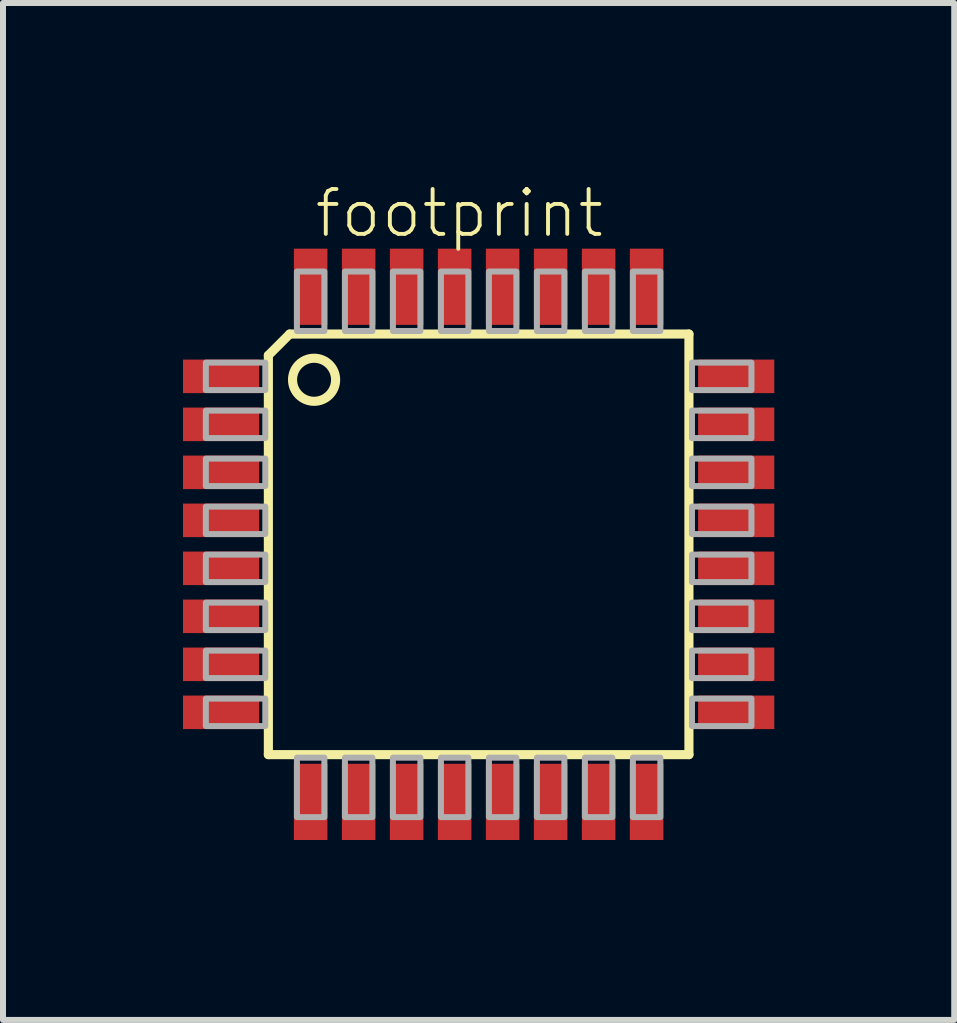
<source format=kicad_pcb>
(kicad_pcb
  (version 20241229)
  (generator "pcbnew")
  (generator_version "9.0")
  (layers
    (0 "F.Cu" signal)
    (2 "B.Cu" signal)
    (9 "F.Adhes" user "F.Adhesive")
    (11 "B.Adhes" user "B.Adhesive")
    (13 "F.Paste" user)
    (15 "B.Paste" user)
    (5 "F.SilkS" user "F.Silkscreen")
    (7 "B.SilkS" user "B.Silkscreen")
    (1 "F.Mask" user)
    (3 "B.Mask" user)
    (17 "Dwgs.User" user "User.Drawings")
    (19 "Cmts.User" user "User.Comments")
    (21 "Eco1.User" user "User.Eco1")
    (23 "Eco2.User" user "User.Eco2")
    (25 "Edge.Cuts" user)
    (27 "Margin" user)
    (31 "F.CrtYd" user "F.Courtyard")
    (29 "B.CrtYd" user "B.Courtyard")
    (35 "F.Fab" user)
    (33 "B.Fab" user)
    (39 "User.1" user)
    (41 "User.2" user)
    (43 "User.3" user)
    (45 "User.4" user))
  (footprint "footprint"
    (layer "F.Cu")
    (at 4.928 6.023)
    (property "Reference" "footprint" (at -2.769 -5.08 0) (layer "F.SilkS") (effects (font (size 0.748 0.748) (thickness 0.065)) (justify left bottom)))
    (fp_line (start -3.505 3.505) (end -3.505 -3.15) (stroke (width 0.152) (type solid)) (layer "F.SilkS"))
    (fp_line (start -3.15 -3.505) (end -3.505 -3.15) (stroke (width 0.152) (type solid)) (layer "F.SilkS"))
    (fp_line (start -3.15 -3.505) (end 3.505 -3.505) (stroke (width 0.152) (type solid)) (layer "F.SilkS"))
    (fp_line (start 3.505 -3.505) (end 3.505 3.505) (stroke (width 0.152) (type solid)) (layer "F.SilkS"))
    (fp_line (start 3.505 3.505) (end -3.505 3.505) (stroke (width 0.152) (type solid)) (layer "F.SilkS"))
    (fp_circle (center -2.743 -2.743) (end -2.384 -2.743) (stroke (width 0.152) (type solid)) (fill no) (layer "F.SilkS"))
    (fp_poly (pts (xy -4.547 -2.571) (xy -3.556 -2.571) (xy -3.556 -3.029) (xy -4.547 -3.029)) (stroke (width 0.1) (type solid)) (fill no) (layer "F.Fab"))
    (fp_poly (pts (xy -4.547 -1.771) (xy -3.556 -1.771) (xy -3.556 -2.229) (xy -4.547 -2.229)) (stroke (width 0.1) (type solid)) (fill no) (layer "F.Fab"))
    (fp_poly (pts (xy -4.547 -0.971) (xy -3.556 -0.971) (xy -3.556 -1.429) (xy -4.547 -1.429)) (stroke (width 0.1) (type solid)) (fill no) (layer "F.Fab"))
    (fp_poly (pts (xy -4.547 -0.171) (xy -3.556 -0.171) (xy -3.556 -0.629) (xy -4.547 -0.629)) (stroke (width 0.1) (type solid)) (fill no) (layer "F.Fab"))
    (fp_poly (pts (xy -4.547 0.629) (xy -3.556 0.629) (xy -3.556 0.171) (xy -4.547 0.171)) (stroke (width 0.1) (type solid)) (fill no) (layer "F.Fab"))
    (fp_poly (pts (xy -4.547 1.429) (xy -3.556 1.429) (xy -3.556 0.971) (xy -4.547 0.971)) (stroke (width 0.1) (type solid)) (fill no) (layer "F.Fab"))
    (fp_poly (pts (xy -4.547 2.229) (xy -3.556 2.229) (xy -3.556 1.771) (xy -4.547 1.771)) (stroke (width 0.1) (type solid)) (fill no) (layer "F.Fab"))
    (fp_poly (pts (xy -4.547 3.029) (xy -3.556 3.029) (xy -3.556 2.571) (xy -4.547 2.571)) (stroke (width 0.1) (type solid)) (fill no) (layer "F.Fab"))
    (fp_poly (pts (xy -3.029 -3.556) (xy -2.571 -3.556) (xy -2.571 -4.547) (xy -3.029 -4.547)) (stroke (width 0.1) (type solid)) (fill no) (layer "F.Fab"))
    (fp_poly (pts (xy -3.029 4.547) (xy -2.571 4.547) (xy -2.571 3.556) (xy -3.029 3.556)) (stroke (width 0.1) (type solid)) (fill no) (layer "F.Fab"))
    (fp_poly (pts (xy -2.229 -3.556) (xy -1.771 -3.556) (xy -1.771 -4.547) (xy -2.229 -4.547)) (stroke (width 0.1) (type solid)) (fill no) (layer "F.Fab"))
    (fp_poly (pts (xy -2.229 4.547) (xy -1.771 4.547) (xy -1.771 3.556) (xy -2.229 3.556)) (stroke (width 0.1) (type solid)) (fill no) (layer "F.Fab"))
    (fp_poly (pts (xy -1.429 -3.556) (xy -0.971 -3.556) (xy -0.971 -4.547) (xy -1.429 -4.547)) (stroke (width 0.1) (type solid)) (fill no) (layer "F.Fab"))
    (fp_poly (pts (xy -1.429 4.547) (xy -0.971 4.547) (xy -0.971 3.556) (xy -1.429 3.556)) (stroke (width 0.1) (type solid)) (fill no) (layer "F.Fab"))
    (fp_poly (pts (xy -0.629 -3.556) (xy -0.171 -3.556) (xy -0.171 -4.547) (xy -0.629 -4.547)) (stroke (width 0.1) (type solid)) (fill no) (layer "F.Fab"))
    (fp_poly (pts (xy -0.629 4.547) (xy -0.171 4.547) (xy -0.171 3.556) (xy -0.629 3.556)) (stroke (width 0.1) (type solid)) (fill no) (layer "F.Fab"))
    (fp_poly (pts (xy 0.171 -3.556) (xy 0.629 -3.556) (xy 0.629 -4.547) (xy 0.171 -4.547)) (stroke (width 0.1) (type solid)) (fill no) (layer "F.Fab"))
    (fp_poly (pts (xy 0.171 4.547) (xy 0.629 4.547) (xy 0.629 3.556) (xy 0.171 3.556)) (stroke (width 0.1) (type solid)) (fill no) (layer "F.Fab"))
    (fp_poly (pts (xy 0.971 -3.556) (xy 1.429 -3.556) (xy 1.429 -4.547) (xy 0.971 -4.547)) (stroke (width 0.1) (type solid)) (fill no) (layer "F.Fab"))
    (fp_poly (pts (xy 0.971 4.547) (xy 1.429 4.547) (xy 1.429 3.556) (xy 0.971 3.556)) (stroke (width 0.1) (type solid)) (fill no) (layer "F.Fab"))
    (fp_poly (pts (xy 1.771 -3.556) (xy 2.229 -3.556) (xy 2.229 -4.547) (xy 1.771 -4.547)) (stroke (width 0.1) (type solid)) (fill no) (layer "F.Fab"))
    (fp_poly (pts (xy 1.771 4.547) (xy 2.229 4.547) (xy 2.229 3.556) (xy 1.771 3.556)) (stroke (width 0.1) (type solid)) (fill no) (layer "F.Fab"))
    (fp_poly (pts (xy 2.571 -3.556) (xy 3.029 -3.556) (xy 3.029 -4.547) (xy 2.571 -4.547)) (stroke (width 0.1) (type solid)) (fill no) (layer "F.Fab"))
    (fp_poly (pts (xy 2.571 4.547) (xy 3.029 4.547) (xy 3.029 3.556) (xy 2.571 3.556)) (stroke (width 0.1) (type solid)) (fill no) (layer "F.Fab"))
    (fp_poly (pts (xy 3.556 -2.571) (xy 4.547 -2.571) (xy 4.547 -3.029) (xy 3.556 -3.029)) (stroke (width 0.1) (type solid)) (fill no) (layer "F.Fab"))
    (fp_poly (pts (xy 3.556 -1.771) (xy 4.547 -1.771) (xy 4.547 -2.229) (xy 3.556 -2.229)) (stroke (width 0.1) (type solid)) (fill no) (layer "F.Fab"))
    (fp_poly (pts (xy 3.556 -0.971) (xy 4.547 -0.971) (xy 4.547 -1.429) (xy 3.556 -1.429)) (stroke (width 0.1) (type solid)) (fill no) (layer "F.Fab"))
    (fp_poly (pts (xy 3.556 -0.171) (xy 4.547 -0.171) (xy 4.547 -0.629) (xy 3.556 -0.629)) (stroke (width 0.1) (type solid)) (fill no) (layer "F.Fab"))
    (fp_poly (pts (xy 3.556 0.629) (xy 4.547 0.629) (xy 4.547 0.171) (xy 3.556 0.171)) (stroke (width 0.1) (type solid)) (fill no) (layer "F.Fab"))
    (fp_poly (pts (xy 3.556 1.429) (xy 4.547 1.429) (xy 4.547 0.971) (xy 3.556 0.971)) (stroke (width 0.1) (type solid)) (fill no) (layer "F.Fab"))
    (fp_poly (pts (xy 3.556 2.229) (xy 4.547 2.229) (xy 4.547 1.771) (xy 3.556 1.771)) (stroke (width 0.1) (type solid)) (fill no) (layer "F.Fab"))
    (fp_poly (pts (xy 3.556 3.029) (xy 4.547 3.029) (xy 4.547 2.571) (xy 3.556 2.571)) (stroke (width 0.1) (type solid)) (fill no) (layer "F.Fab"))
    (pad "1" smd rect (at -4.293 -2.8) (size 1.27 0.559) (layers "F.Cu" "F.Mask" "F.Paste"))
    (pad "2" smd rect (at -4.293 -2) (size 1.27 0.559) (layers "F.Cu" "F.Mask" "F.Paste"))
    (pad "3" smd rect (at -4.293 -1.2) (size 1.27 0.559) (layers "F.Cu" "F.Mask" "F.Paste"))
    (pad "4" smd rect (at -4.293 -0.4) (size 1.27 0.559) (layers "F.Cu" "F.Mask" "F.Paste"))
    (pad "5" smd rect (at -4.293 0.4) (size 1.27 0.559) (layers "F.Cu" "F.Mask" "F.Paste"))
    (pad "6" smd rect (at -4.293 1.2) (size 1.27 0.559) (layers "F.Cu" "F.Mask" "F.Paste"))
    (pad "7" smd rect (at -4.293 2) (size 1.27 0.559) (layers "F.Cu" "F.Mask" "F.Paste"))
    (pad "8" smd rect (at -4.293 2.8) (size 1.27 0.559) (layers "F.Cu" "F.Mask" "F.Paste"))
    (pad "9" smd rect (at -2.8 4.293) (size 0.559 1.27) (layers "F.Cu" "F.Mask" "F.Paste"))
    (pad "10" smd rect (at -2 4.293) (size 0.559 1.27) (layers "F.Cu" "F.Mask" "F.Paste"))
    (pad "11" smd rect (at -1.2 4.293) (size 0.559 1.27) (layers "F.Cu" "F.Mask" "F.Paste"))
    (pad "12" smd rect (at -0.4 4.293) (size 0.559 1.27) (layers "F.Cu" "F.Mask" "F.Paste"))
    (pad "13" smd rect (at 0.4 4.293) (size 0.559 1.27) (layers "F.Cu" "F.Mask" "F.Paste"))
    (pad "14" smd rect (at 1.2 4.293) (size 0.559 1.27) (layers "F.Cu" "F.Mask" "F.Paste"))
    (pad "15" smd rect (at 2 4.293) (size 0.559 1.27) (layers "F.Cu" "F.Mask" "F.Paste"))
    (pad "16" smd rect (at 2.8 4.293) (size 0.559 1.27) (layers "F.Cu" "F.Mask" "F.Paste"))
    (pad "17" smd rect (at 4.293 2.8) (size 1.27 0.559) (layers "F.Cu" "F.Mask" "F.Paste"))
    (pad "18" smd rect (at 4.293 2) (size 1.27 0.559) (layers "F.Cu" "F.Mask" "F.Paste"))
    (pad "19" smd rect (at 4.293 1.2) (size 1.27 0.559) (layers "F.Cu" "F.Mask" "F.Paste"))
    (pad "20" smd rect (at 4.293 0.4) (size 1.27 0.559) (layers "F.Cu" "F.Mask" "F.Paste"))
    (pad "21" smd rect (at 4.293 -0.4) (size 1.27 0.559) (layers "F.Cu" "F.Mask" "F.Paste"))
    (pad "22" smd rect (at 4.293 -1.2) (size 1.27 0.559) (layers "F.Cu" "F.Mask" "F.Paste"))
    (pad "23" smd rect (at 4.293 -2) (size 1.27 0.559) (layers "F.Cu" "F.Mask" "F.Paste"))
    (pad "24" smd rect (at 4.293 -2.8) (size 1.27 0.559) (layers "F.Cu" "F.Mask" "F.Paste"))
    (pad "25" smd rect (at 2.8 -4.293) (size 0.559 1.27) (layers "F.Cu" "F.Mask" "F.Paste"))
    (pad "26" smd rect (at 2 -4.293) (size 0.559 1.27) (layers "F.Cu" "F.Mask" "F.Paste"))
    (pad "27" smd rect (at 1.2 -4.293) (size 0.559 1.27) (layers "F.Cu" "F.Mask" "F.Paste"))
    (pad "28" smd rect (at 0.4 -4.293) (size 0.559 1.27) (layers "F.Cu" "F.Mask" "F.Paste"))
    (pad "29" smd rect (at -0.4 -4.293) (size 0.559 1.27) (layers "F.Cu" "F.Mask" "F.Paste"))
    (pad "30" smd rect (at -1.2 -4.293) (size 0.559 1.27) (layers "F.Cu" "F.Mask" "F.Paste"))
    (pad "31" smd rect (at -2 -4.293) (size 0.559 1.27) (layers "F.Cu" "F.Mask" "F.Paste"))
    (pad "32" smd rect (at -2.8 -4.293) (size 0.559 1.27) (layers "F.Cu" "F.Mask" "F.Paste")))
  (gr_rect
    (start -3 -3)
    (end 12.855 13.95)
    (stroke (width 0.1) (type default))
    (fill no)
    (layer "Edge.Cuts")))
</source>
